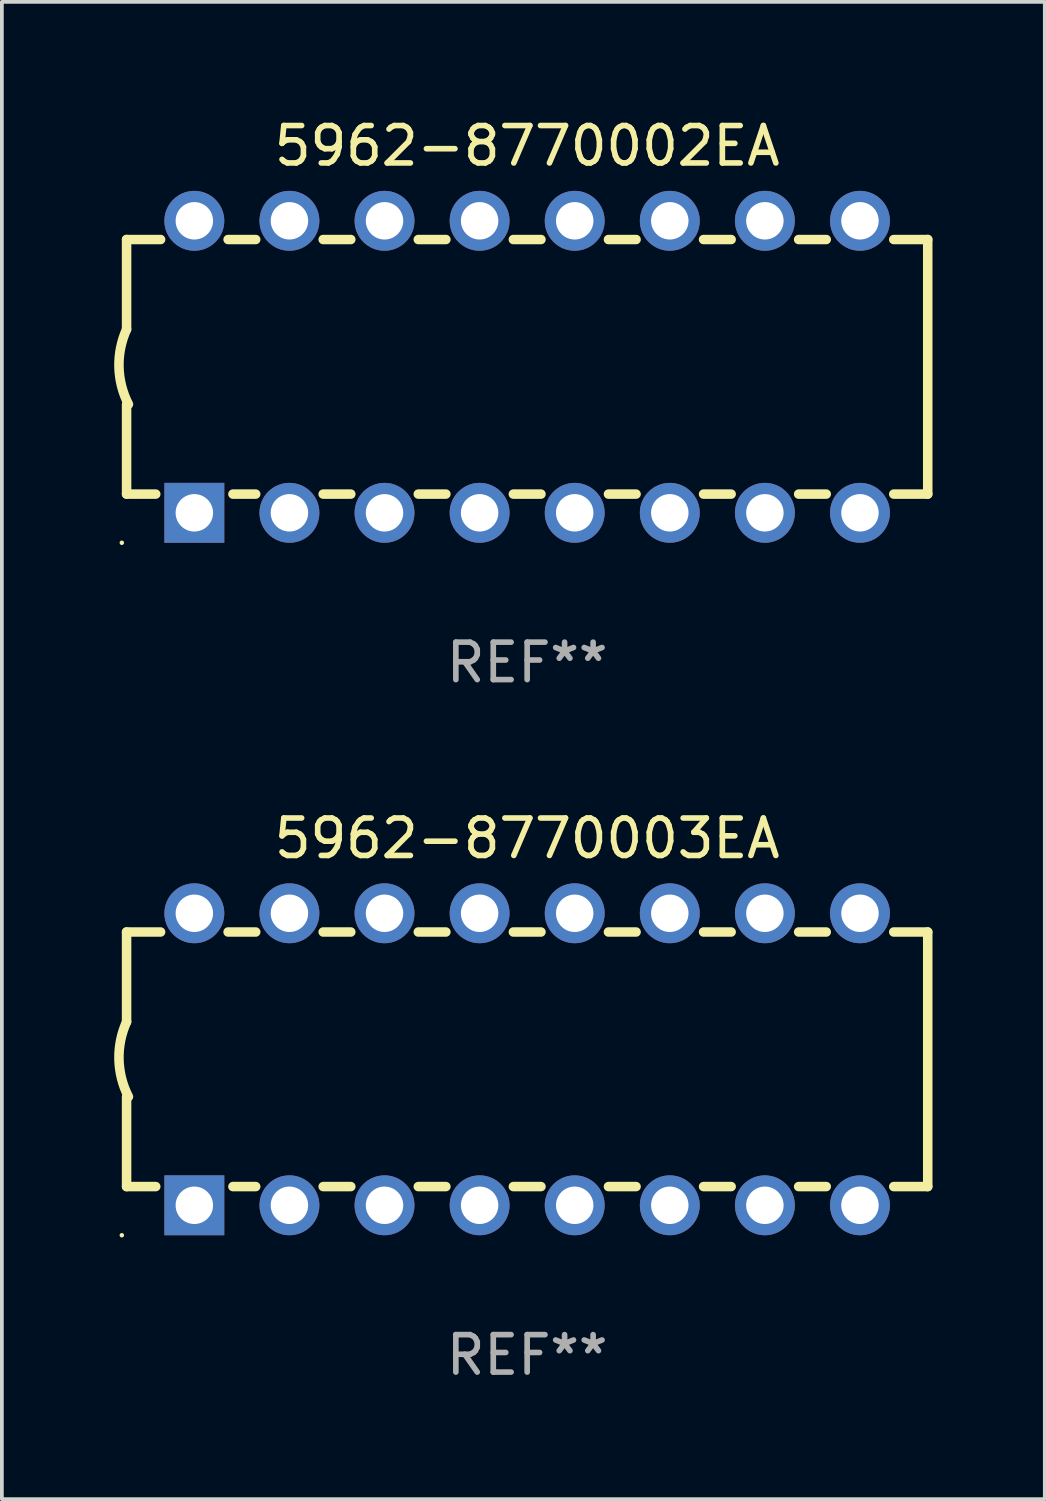
<source format=kicad_pcb>
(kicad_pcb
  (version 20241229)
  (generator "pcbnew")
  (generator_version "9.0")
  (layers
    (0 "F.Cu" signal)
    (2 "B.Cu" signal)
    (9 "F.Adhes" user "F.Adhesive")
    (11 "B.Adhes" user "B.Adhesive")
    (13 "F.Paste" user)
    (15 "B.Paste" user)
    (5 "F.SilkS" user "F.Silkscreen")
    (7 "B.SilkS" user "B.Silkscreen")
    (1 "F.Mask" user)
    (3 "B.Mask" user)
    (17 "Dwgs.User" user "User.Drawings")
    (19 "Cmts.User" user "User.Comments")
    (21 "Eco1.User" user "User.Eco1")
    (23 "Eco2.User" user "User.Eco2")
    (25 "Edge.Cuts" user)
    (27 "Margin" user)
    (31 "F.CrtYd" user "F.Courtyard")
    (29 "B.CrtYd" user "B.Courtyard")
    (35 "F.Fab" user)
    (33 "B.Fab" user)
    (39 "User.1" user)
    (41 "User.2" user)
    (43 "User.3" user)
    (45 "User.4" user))
  (footprint "5962-8770003EA"
    (layer "F.Cu")
    (at 11.031 25.245)
    (property "Reference" "5962-8770003EA" (at 0 -5.9 0) (layer "F.SilkS") (effects (font (size 1 1) (thickness 0.15))))
    (attr through_hole)
    (fp_line (start -10.7 -3.4) (end -9.791 -3.4) (stroke (width 0.254) (type solid)) (layer "F.SilkS"))
    (fp_line (start -10.7 -0.998) (end -10.7 -3.4) (stroke (width 0.254) (type solid)) (layer "F.SilkS"))
    (fp_line (start -10.7 3.4) (end -10.7 1) (stroke (width 0.254) (type solid)) (layer "F.SilkS"))
    (fp_line (start -10.7 3.4) (end -9.921 3.4) (stroke (width 0.254) (type solid)) (layer "F.SilkS"))
    (fp_line (start -7.988 -3.4) (end -7.251 -3.4) (stroke (width 0.254) (type solid)) (layer "F.SilkS"))
    (fp_line (start -7.859 3.4) (end -7.251 3.4) (stroke (width 0.254) (type solid)) (layer "F.SilkS"))
    (fp_line (start -5.448 -3.4) (end -4.711 -3.4) (stroke (width 0.254) (type solid)) (layer "F.SilkS"))
    (fp_line (start -5.448 3.4) (end -4.711 3.4) (stroke (width 0.254) (type solid)) (layer "F.SilkS"))
    (fp_line (start -2.908 -3.4) (end -2.171 -3.4) (stroke (width 0.254) (type solid)) (layer "F.SilkS"))
    (fp_line (start -2.908 3.4) (end -2.171 3.4) (stroke (width 0.254) (type solid)) (layer "F.SilkS"))
    (fp_line (start -0.368 -3.4) (end 0.369 -3.4) (stroke (width 0.254) (type solid)) (layer "F.SilkS"))
    (fp_line (start -0.368 3.4) (end 0.369 3.4) (stroke (width 0.254) (type solid)) (layer "F.SilkS"))
    (fp_line (start 2.172 -3.4) (end 2.909 -3.4) (stroke (width 0.254) (type solid)) (layer "F.SilkS"))
    (fp_line (start 2.172 3.4) (end 2.909 3.4) (stroke (width 0.254) (type solid)) (layer "F.SilkS"))
    (fp_line (start 4.712 -3.4) (end 5.449 -3.4) (stroke (width 0.254) (type solid)) (layer "F.SilkS"))
    (fp_line (start 4.712 3.4) (end 5.449 3.4) (stroke (width 0.254) (type solid)) (layer "F.SilkS"))
    (fp_line (start 7.252 -3.4) (end 7.989 -3.4) (stroke (width 0.254) (type solid)) (layer "F.SilkS"))
    (fp_line (start 7.252 3.4) (end 7.989 3.4) (stroke (width 0.254) (type solid)) (layer "F.SilkS"))
    (fp_line (start 9.792 -3.4) (end 10.7 -3.4) (stroke (width 0.254) (type solid)) (layer "F.SilkS"))
    (fp_line (start 9.792 3.4) (end 10.7 3.4) (stroke (width 0.254) (type solid)) (layer "F.SilkS"))
    (fp_line (start 10.7 3.4) (end 10.7 -3.4) (stroke (width 0.254) (type solid)) (layer "F.SilkS"))
    (fp_arc (start -10.649962 0.99995) (mid -10.90314 0.005668) (end -10.699975 -1.000025) (stroke (width 0.254001) (type solid)) (layer "F.SilkS"))
    (fp_circle (center -10.827 4.7) (end -10.797 4.7) (stroke (width 0.06) (type solid)) (fill no) (layer "F.SilkS"))
    (fp_text user "REF**" (at 0 7.9 0) (layer "F.Fab") (effects (font (size 1 1) (thickness 0.15))))
    (pad "1" thru_hole rect (at -8.89 3.9 90) (size 1.6 1.6) (drill 1) (layers "*.Cu" "*.Mask"))
    (pad "2" thru_hole circle (at -6.35 3.9) (size 1.6 1.6) (drill 1) (layers "*.Cu" "*.Mask"))
    (pad "3" thru_hole circle (at -3.81 3.9) (size 1.6 1.6) (drill 1) (layers "*.Cu" "*.Mask"))
    (pad "4" thru_hole circle (at -1.27 3.9) (size 1.6 1.6) (drill 1) (layers "*.Cu" "*.Mask"))
    (pad "5" thru_hole circle (at 1.27 3.9) (size 1.6 1.6) (drill 1) (layers "*.Cu" "*.Mask"))
    (pad "6" thru_hole circle (at 3.81 3.9) (size 1.6 1.6) (drill 1) (layers "*.Cu" "*.Mask"))
    (pad "7" thru_hole circle (at 6.35 3.9) (size 1.6 1.6) (drill 1) (layers "*.Cu" "*.Mask"))
    (pad "8" thru_hole circle (at 8.89 3.9) (size 1.6 1.6) (drill 1) (layers "*.Cu" "*.Mask"))
    (pad "9" thru_hole circle (at 8.89 -3.9) (size 1.6 1.6) (drill 1) (layers "*.Cu" "*.Mask"))
    (pad "10" thru_hole circle (at 6.35 -3.9) (size 1.6 1.6) (drill 1) (layers "*.Cu" "*.Mask"))
    (pad "11" thru_hole circle (at 3.81 -3.9) (size 1.6 1.6) (drill 1) (layers "*.Cu" "*.Mask"))
    (pad "12" thru_hole circle (at 1.27 -3.9) (size 1.6 1.6) (drill 1) (layers "*.Cu" "*.Mask"))
    (pad "13" thru_hole circle (at -1.27 -3.9) (size 1.6 1.6) (drill 1) (layers "*.Cu" "*.Mask"))
    (pad "14" thru_hole circle (at -3.81 -3.9) (size 1.6 1.6) (drill 1) (layers "*.Cu" "*.Mask"))
    (pad "15" thru_hole circle (at -6.35 -3.9) (size 1.6 1.6) (drill 1) (layers "*.Cu" "*.Mask"))
    (pad "16" thru_hole circle (at -8.89 -3.9) (size 1.6 1.6) (drill 1) (layers "*.Cu" "*.Mask")))
  (footprint "5962-8770002EA"
    (layer "F.Cu")
    (at 11.031 6.748)
    (property "Reference" "5962-8770002EA" (at 0 -5.9 0) (layer "F.SilkS") (effects (font (size 1 1) (thickness 0.15))))
    (attr through_hole)
    (fp_line (start -10.7 -3.4) (end -9.791 -3.4) (stroke (width 0.254) (type solid)) (layer "F.SilkS"))
    (fp_line (start -10.7 -0.998) (end -10.7 -3.4) (stroke (width 0.254) (type solid)) (layer "F.SilkS"))
    (fp_line (start -10.7 3.4) (end -10.7 1) (stroke (width 0.254) (type solid)) (layer "F.SilkS"))
    (fp_line (start -10.7 3.4) (end -9.921 3.4) (stroke (width 0.254) (type solid)) (layer "F.SilkS"))
    (fp_line (start -7.988 -3.4) (end -7.251 -3.4) (stroke (width 0.254) (type solid)) (layer "F.SilkS"))
    (fp_line (start -7.859 3.4) (end -7.251 3.4) (stroke (width 0.254) (type solid)) (layer "F.SilkS"))
    (fp_line (start -5.448 -3.4) (end -4.711 -3.4) (stroke (width 0.254) (type solid)) (layer "F.SilkS"))
    (fp_line (start -5.448 3.4) (end -4.711 3.4) (stroke (width 0.254) (type solid)) (layer "F.SilkS"))
    (fp_line (start -2.908 -3.4) (end -2.171 -3.4) (stroke (width 0.254) (type solid)) (layer "F.SilkS"))
    (fp_line (start -2.908 3.4) (end -2.171 3.4) (stroke (width 0.254) (type solid)) (layer "F.SilkS"))
    (fp_line (start -0.368 -3.4) (end 0.369 -3.4) (stroke (width 0.254) (type solid)) (layer "F.SilkS"))
    (fp_line (start -0.368 3.4) (end 0.369 3.4) (stroke (width 0.254) (type solid)) (layer "F.SilkS"))
    (fp_line (start 2.172 -3.4) (end 2.909 -3.4) (stroke (width 0.254) (type solid)) (layer "F.SilkS"))
    (fp_line (start 2.172 3.4) (end 2.909 3.4) (stroke (width 0.254) (type solid)) (layer "F.SilkS"))
    (fp_line (start 4.712 -3.4) (end 5.449 -3.4) (stroke (width 0.254) (type solid)) (layer "F.SilkS"))
    (fp_line (start 4.712 3.4) (end 5.449 3.4) (stroke (width 0.254) (type solid)) (layer "F.SilkS"))
    (fp_line (start 7.252 -3.4) (end 7.989 -3.4) (stroke (width 0.254) (type solid)) (layer "F.SilkS"))
    (fp_line (start 7.252 3.4) (end 7.989 3.4) (stroke (width 0.254) (type solid)) (layer "F.SilkS"))
    (fp_line (start 9.792 -3.4) (end 10.7 -3.4) (stroke (width 0.254) (type solid)) (layer "F.SilkS"))
    (fp_line (start 9.792 3.4) (end 10.7 3.4) (stroke (width 0.254) (type solid)) (layer "F.SilkS"))
    (fp_line (start 10.7 3.4) (end 10.7 -3.4) (stroke (width 0.254) (type solid)) (layer "F.SilkS"))
    (fp_arc (start -10.649962 0.99995) (mid -10.90314 0.005668) (end -10.699975 -1.000025) (stroke (width 0.254001) (type solid)) (layer "F.SilkS"))
    (fp_circle (center -10.827 4.7) (end -10.797 4.7) (stroke (width 0.06) (type solid)) (fill no) (layer "F.SilkS"))
    (fp_text user "REF**" (at 0 7.9 0) (layer "F.Fab") (effects (font (size 1 1) (thickness 0.15))))
    (pad "1" thru_hole rect (at -8.89 3.9 90) (size 1.6 1.6) (drill 1) (layers "*.Cu" "*.Mask"))
    (pad "2" thru_hole circle (at -6.35 3.9) (size 1.6 1.6) (drill 1) (layers "*.Cu" "*.Mask"))
    (pad "3" thru_hole circle (at -3.81 3.9) (size 1.6 1.6) (drill 1) (layers "*.Cu" "*.Mask"))
    (pad "4" thru_hole circle (at -1.27 3.9) (size 1.6 1.6) (drill 1) (layers "*.Cu" "*.Mask"))
    (pad "5" thru_hole circle (at 1.27 3.9) (size 1.6 1.6) (drill 1) (layers "*.Cu" "*.Mask"))
    (pad "6" thru_hole circle (at 3.81 3.9) (size 1.6 1.6) (drill 1) (layers "*.Cu" "*.Mask"))
    (pad "7" thru_hole circle (at 6.35 3.9) (size 1.6 1.6) (drill 1) (layers "*.Cu" "*.Mask"))
    (pad "8" thru_hole circle (at 8.89 3.9) (size 1.6 1.6) (drill 1) (layers "*.Cu" "*.Mask"))
    (pad "9" thru_hole circle (at 8.89 -3.9) (size 1.6 1.6) (drill 1) (layers "*.Cu" "*.Mask"))
    (pad "10" thru_hole circle (at 6.35 -3.9) (size 1.6 1.6) (drill 1) (layers "*.Cu" "*.Mask"))
    (pad "11" thru_hole circle (at 3.81 -3.9) (size 1.6 1.6) (drill 1) (layers "*.Cu" "*.Mask"))
    (pad "12" thru_hole circle (at 1.27 -3.9) (size 1.6 1.6) (drill 1) (layers "*.Cu" "*.Mask"))
    (pad "13" thru_hole circle (at -1.27 -3.9) (size 1.6 1.6) (drill 1) (layers "*.Cu" "*.Mask"))
    (pad "14" thru_hole circle (at -3.81 -3.9) (size 1.6 1.6) (drill 1) (layers "*.Cu" "*.Mask"))
    (pad "15" thru_hole circle (at -6.35 -3.9) (size 1.6 1.6) (drill 1) (layers "*.Cu" "*.Mask"))
    (pad "16" thru_hole circle (at -8.89 -3.9) (size 1.6 1.6) (drill 1) (layers "*.Cu" "*.Mask")))
  (gr_rect
    (start -3 -3)
    (end 24.858 36.993)
    (stroke (width 0.1) (type default))
    (fill no)
    (layer "Edge.Cuts")))
</source>
